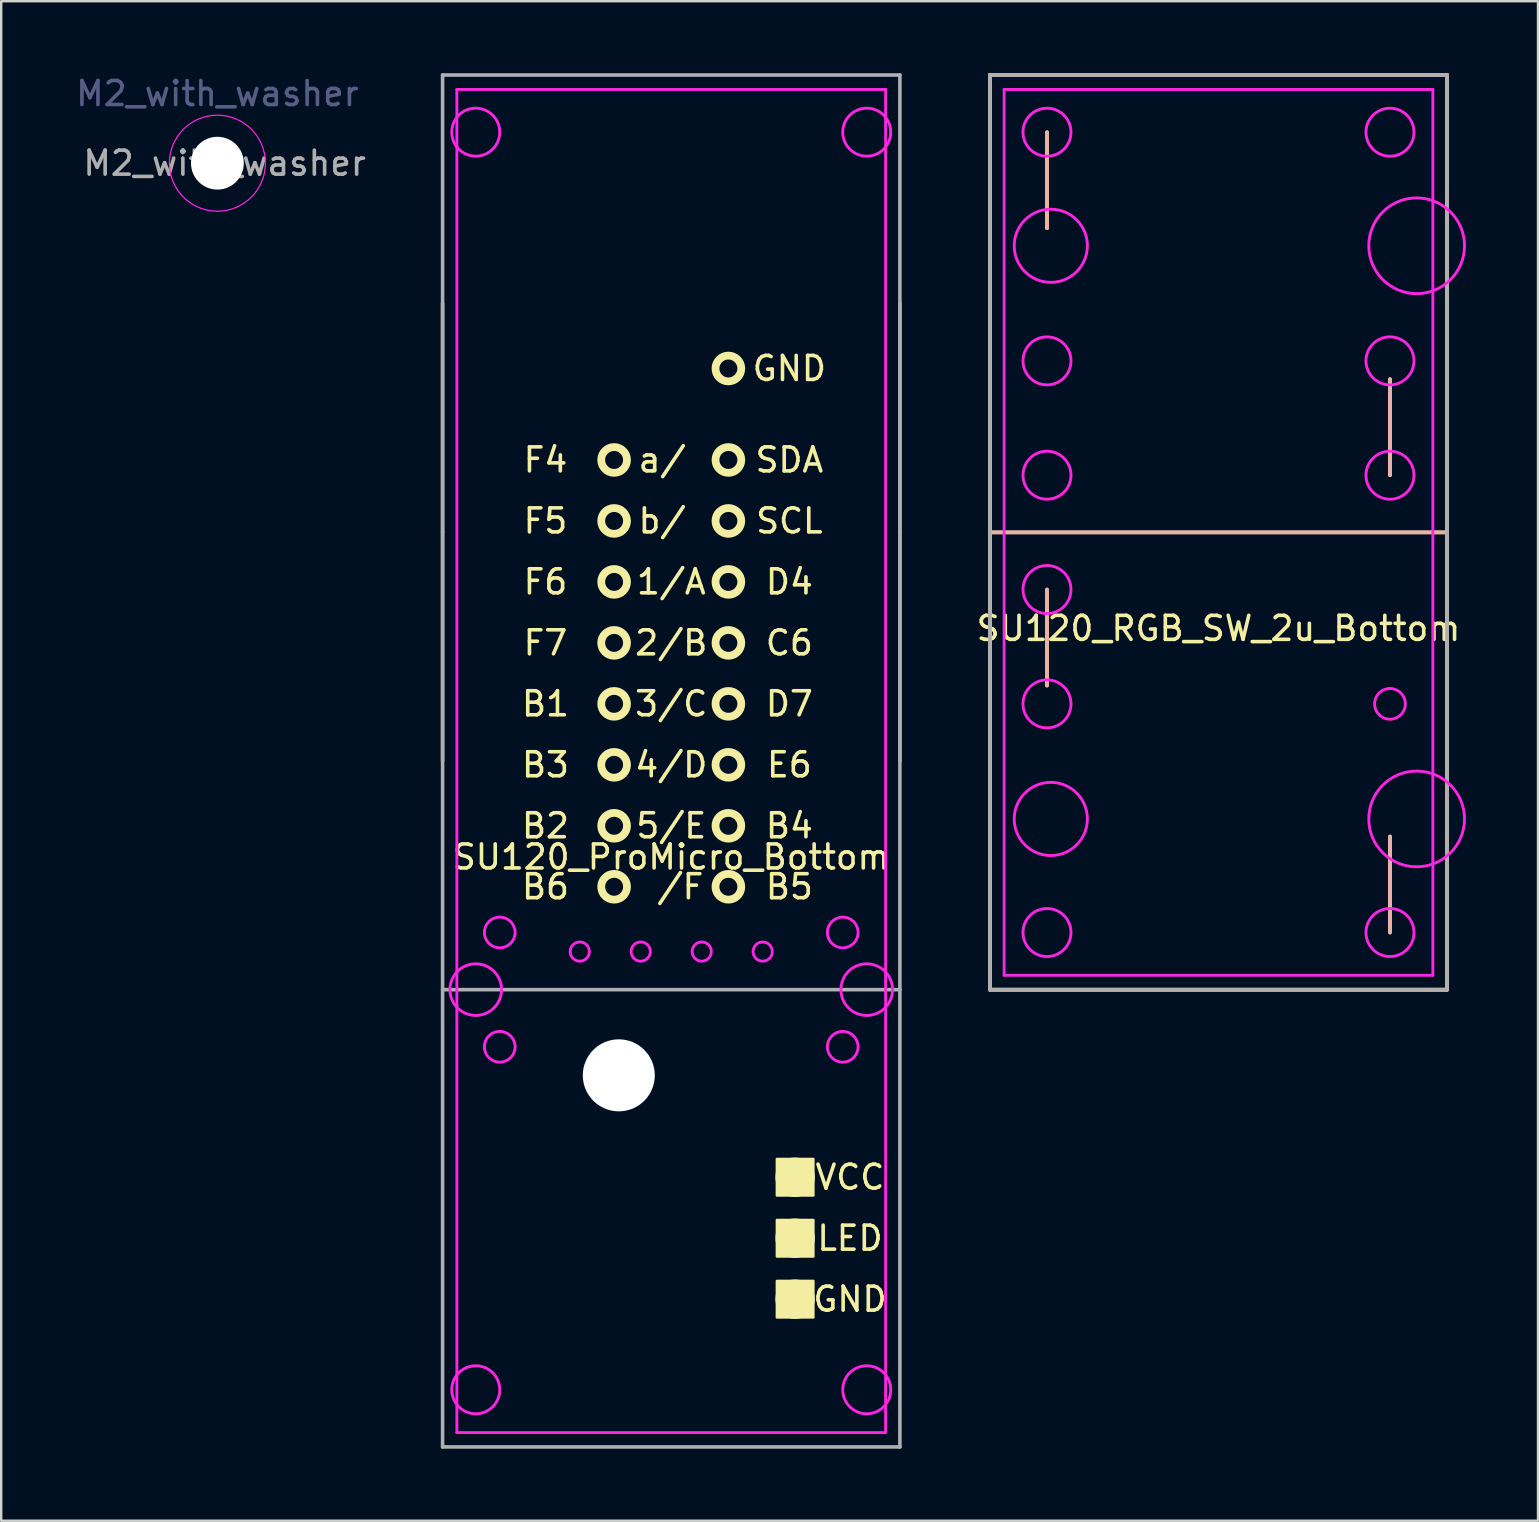
<source format=kicad_pcb>
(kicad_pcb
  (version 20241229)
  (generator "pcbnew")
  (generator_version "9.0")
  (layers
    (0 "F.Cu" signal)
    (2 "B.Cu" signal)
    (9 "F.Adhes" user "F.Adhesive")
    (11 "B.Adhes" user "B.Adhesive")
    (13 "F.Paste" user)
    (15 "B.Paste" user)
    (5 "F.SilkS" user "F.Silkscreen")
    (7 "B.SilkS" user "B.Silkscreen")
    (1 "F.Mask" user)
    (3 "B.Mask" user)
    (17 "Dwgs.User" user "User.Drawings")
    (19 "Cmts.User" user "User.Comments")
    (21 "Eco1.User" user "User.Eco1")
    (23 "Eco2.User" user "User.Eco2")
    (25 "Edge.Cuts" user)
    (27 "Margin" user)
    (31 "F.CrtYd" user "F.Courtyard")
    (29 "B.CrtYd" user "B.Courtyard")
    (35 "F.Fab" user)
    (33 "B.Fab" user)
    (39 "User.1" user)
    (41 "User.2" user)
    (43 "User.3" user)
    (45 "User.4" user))
  (footprint "SU120_ProMicro_Bottom"
    (layer "F.Cu")
    (at 24.912 28.65)
    (property "Reference" "SU120_ProMicro_Bottom" (at 0 4 0) (layer "F.SilkS") (effects (font (size 1 1) (thickness 0.15))))
    (attr through_hole)
    (fp_circle (center -2.38 -12.54) (end -1.843 -12.54) (stroke (width 0.325) (type solid)) (fill no) (layer "F.SilkS"))
    (fp_circle (center -2.38 -10) (end -1.843 -10) (stroke (width 0.325) (type solid)) (fill no) (layer "F.SilkS"))
    (fp_circle (center -2.38 -7.46) (end -1.843 -7.46) (stroke (width 0.325) (type solid)) (fill no) (layer "F.SilkS"))
    (fp_circle (center -2.38 -4.92) (end -1.843 -4.92) (stroke (width 0.325) (type solid)) (fill no) (layer "F.SilkS"))
    (fp_circle (center -2.38 -2.38) (end -1.843 -2.38) (stroke (width 0.325) (type solid)) (fill no) (layer "F.SilkS"))
    (fp_circle (center -2.38 0.16) (end -1.843 0.16) (stroke (width 0.325) (type solid)) (fill no) (layer "F.SilkS"))
    (fp_circle (center -2.38 2.7) (end -1.843 2.7) (stroke (width 0.325) (type solid)) (fill no) (layer "F.SilkS"))
    (fp_circle (center -2.38 5.24) (end -1.843 5.24) (stroke (width 0.325) (type solid)) (fill no) (layer "F.SilkS"))
    (fp_circle (center 2.38 -16.35) (end 2.917 -16.35) (stroke (width 0.325) (type solid)) (fill no) (layer "F.SilkS"))
    (fp_circle (center 2.38 -12.54) (end 2.917 -12.54) (stroke (width 0.325) (type solid)) (fill no) (layer "F.SilkS"))
    (fp_circle (center 2.38 -10) (end 2.917 -10) (stroke (width 0.325) (type solid)) (fill no) (layer "F.SilkS"))
    (fp_circle (center 2.38 -7.46) (end 2.917 -7.46) (stroke (width 0.325) (type solid)) (fill no) (layer "F.SilkS"))
    (fp_circle (center 2.38 -4.92) (end 2.917 -4.92) (stroke (width 0.325) (type solid)) (fill no) (layer "F.SilkS"))
    (fp_circle (center 2.38 -2.38) (end 2.917 -2.38) (stroke (width 0.325) (type solid)) (fill no) (layer "F.SilkS"))
    (fp_circle (center 2.38 0.16) (end 2.917 0.16) (stroke (width 0.325) (type solid)) (fill no) (layer "F.SilkS"))
    (fp_circle (center 2.38 2.7) (end 2.917 2.7) (stroke (width 0.325) (type solid)) (fill no) (layer "F.SilkS"))
    (fp_circle (center 2.38 5.24) (end 2.917 5.24) (stroke (width 0.325) (type solid)) (fill no) (layer "F.SilkS"))
    (fp_circle (center 5.16 17.34) (end 5.922 17.34) (stroke (width 0.12) (type solid)) (fill no) (layer "F.SilkS"))
    (fp_circle (center 5.16 19.88) (end 5.922 19.88) (stroke (width 0.12) (type solid)) (fill no) (layer "F.SilkS"))
    (fp_circle (center 5.16 22.42) (end 5.922 22.42) (stroke (width 0.12) (type solid)) (fill no) (layer "F.SilkS"))
    (fp_poly (pts (xy 5.922 18.102) (xy 4.398 18.102) (xy 4.398 16.578) (xy 5.922 16.578)) (stroke (width 0.1) (type solid)) (fill yes) (layer "F.SilkS"))
    (fp_poly (pts (xy 5.922 20.642) (xy 4.398 20.642) (xy 4.398 19.118) (xy 5.922 19.118)) (stroke (width 0.1) (type solid)) (fill yes) (layer "F.SilkS"))
    (fp_poly (pts (xy 5.922 23.182) (xy 4.398 23.182) (xy 4.398 21.658) (xy 5.922 21.658)) (stroke (width 0.1) (type solid)) (fill yes) (layer "F.SilkS"))
    (fp_line (start -8.93 -27.975) (end 8.93 -27.975) (stroke (width 0.12) (type solid)) (layer "F.CrtYd"))
    (fp_line (start -8.93 27.975) (end -8.93 -27.975) (stroke (width 0.12) (type solid)) (layer "F.CrtYd"))
    (fp_line (start 8.93 -27.975) (end 8.93 27.975) (stroke (width 0.12) (type solid)) (layer "F.CrtYd"))
    (fp_line (start 8.93 27.975) (end -8.93 27.975) (stroke (width 0.12) (type solid)) (layer "F.CrtYd"))
    (fp_circle (center -8.144 -26.194) (end -7.144 -26.194) (stroke (width 0.12) (type solid)) (fill no) (layer "F.CrtYd"))
    (fp_circle (center -8.144 9.525) (end -7.069 9.525) (stroke (width 0.12) (type solid)) (fill no) (layer "F.CrtYd"))
    (fp_circle (center -8.144 26.194) (end -7.144 26.194) (stroke (width 0.12) (type solid)) (fill no) (layer "F.CrtYd"))
    (fp_circle (center -7.144 7.144) (end -6.504 7.144) (stroke (width 0.12) (type solid)) (fill no) (layer "F.CrtYd"))
    (fp_circle (center -7.144 11.906) (end -6.504 11.906) (stroke (width 0.12) (type solid)) (fill no) (layer "F.CrtYd"))
    (fp_circle (center -3.81 7.94) (end -3.41 7.94) (stroke (width 0.12) (type solid)) (fill no) (layer "F.CrtYd"))
    (fp_circle (center -1.27 7.94) (end -0.87 7.94) (stroke (width 0.12) (type solid)) (fill no) (layer "F.CrtYd"))
    (fp_circle (center 1.27 7.94) (end 1.67 7.94) (stroke (width 0.12) (type solid)) (fill no) (layer "F.CrtYd"))
    (fp_circle (center 3.81 7.94) (end 4.21 7.94) (stroke (width 0.12) (type solid)) (fill no) (layer "F.CrtYd"))
    (fp_circle (center 7.144 7.144) (end 7.784 7.144) (stroke (width 0.12) (type solid)) (fill no) (layer "F.CrtYd"))
    (fp_circle (center 7.144 11.906) (end 7.784 11.906) (stroke (width 0.12) (type solid)) (fill no) (layer "F.CrtYd"))
    (fp_circle (center 8.144 -26.194) (end 9.144 -26.194) (stroke (width 0.12) (type solid)) (fill no) (layer "F.CrtYd"))
    (fp_circle (center 8.144 9.525) (end 9.219 9.525) (stroke (width 0.12) (type solid)) (fill no) (layer "F.CrtYd"))
    (fp_circle (center 8.144 26.194) (end 9.144 26.194) (stroke (width 0.12) (type solid)) (fill no) (layer "F.CrtYd"))
    (fp_line (start -9.525 -28.575) (end -9.525 -9.525) (stroke (width 0.15) (type solid)) (layer "F.Fab"))
    (fp_line (start -9.525 -19.05) (end -9.525 0) (stroke (width 0.15) (type solid)) (layer "F.Fab"))
    (fp_line (start -9.525 -9.525) (end -9.525 28.575) (stroke (width 0.15) (type solid)) (layer "F.Fab"))
    (fp_line (start -9.525 9.525) (end 9.525 9.525) (stroke (width 0.15) (type solid)) (layer "F.Fab"))
    (fp_line (start -9.525 28.575) (end 9.525 28.575) (stroke (width 0.15) (type solid)) (layer "F.Fab"))
    (fp_line (start 9.525 -28.575) (end -9.525 -28.575) (stroke (width 0.15) (type solid)) (layer "F.Fab"))
    (fp_line (start 9.525 -9.525) (end 9.525 -28.575) (stroke (width 0.15) (type solid)) (layer "F.Fab"))
    (fp_line (start 9.525 0) (end 9.525 -19.05) (stroke (width 0.15) (type solid)) (layer "F.Fab"))
    (fp_line (start 9.525 28.575) (end 9.525 -9.525) (stroke (width 0.15) (type solid)) (layer "F.Fab"))
    (fp_text user "4/D" (at 0 0.16 0) (layer "F.SilkS") (effects (font (size 1 1) (thickness 0.15))))
    (fp_text user "B3" (at -5.24 0.16 0) (layer "F.SilkS") (effects (font (size 1 1) (thickness 0.15))))
    (fp_text user "B5" (at 4.92 5.24 0) (layer "F.SilkS") (effects (font (size 1 1) (thickness 0.15))))
    (fp_text user "B4" (at 4.92 2.7 0) (layer "F.SilkS") (effects (font (size 1 1) (thickness 0.15))))
    (fp_text user "B6" (at -5.24 5.24 0) (layer "F.SilkS") (effects (font (size 1 1) (thickness 0.15))))
    (fp_text user "F6" (at -5.24 -7.46 0) (layer "F.SilkS") (effects (font (size 1 1) (thickness 0.15))))
    (fp_text user "B2" (at -5.24 2.7 0) (layer "F.SilkS") (effects (font (size 1 1) (thickness 0.15))))
    (fp_text user "C6" (at 4.92 -4.92 0) (layer "F.SilkS") (effects (font (size 1 1) (thickness 0.15))))
    (fp_text user "b/ " (at 0 -10 0) (layer "F.SilkS") (effects (font (size 1 1) (thickness 0.15))))
    (fp_text user "E6" (at 4.92 0.16 0) (layer "F.SilkS") (effects (font (size 1 1) (thickness 0.15))))
    (fp_text user "GND" (at 4.92 -16.35 0) (layer "F.SilkS") (effects (font (size 1 1) (thickness 0.15))))
    (fp_text user "5/E" (at 0 2.7 0) (layer "F.SilkS") (effects (font (size 1 1) (thickness 0.15))))
    (fp_text user "F5" (at -5.24 -10 0) (layer "F.SilkS") (effects (font (size 1 1) (thickness 0.15))))
    (fp_text user "B1" (at -5.24 -2.38 0) (layer "F.SilkS") (effects (font (size 1 1) (thickness 0.15))))
    (fp_text user "SDA" (at 4.92 -12.54 0) (layer "F.SilkS") (effects (font (size 1 1) (thickness 0.15))))
    (fp_text user "D4" (at 4.92 -7.46 0) (layer "F.SilkS") (effects (font (size 1 1) (thickness 0.15))))
    (fp_text user "LED" (at 7.446 19.88 0) (layer "F.SilkS") (effects (font (size 1 1) (thickness 0.15))))
    (fp_text user "SCL" (at 4.92 -10 0) (layer "F.SilkS") (effects (font (size 1 1) (thickness 0.15))))
    (fp_text user "VCC" (at 7.446 17.34 0) (layer "F.SilkS") (effects (font (size 1 1) (thickness 0.15))))
    (fp_text user "F7" (at -5.24 -4.92 0) (layer "F.SilkS") (effects (font (size 1 1) (thickness 0.15))))
    (fp_text user "a/ " (at 0 -12.54 0) (layer "F.SilkS") (effects (font (size 1 1) (thickness 0.15))))
    (fp_text user "GND" (at 7.446 22.42 0) (layer "F.SilkS") (effects (font (size 1 1) (thickness 0.15))))
    (fp_text user "D7" (at 4.92 -2.38 0) (layer "F.SilkS") (effects (font (size 1 1) (thickness 0.15))))
    (fp_text user "2/B" (at 0 -4.92 0) (layer "F.SilkS") (effects (font (size 1 1) (thickness 0.15))))
    (fp_text user "3/C" (at 0 -2.38 0) (layer "F.SilkS") (effects (font (size 1 1) (thickness 0.15))))
    (fp_text user " /F" (at 0 5.24 0) (layer "F.SilkS") (effects (font (size 1 1) (thickness 0.15))))
    (fp_text user "F4" (at -5.24 -12.54 0) (layer "F.SilkS") (effects (font (size 1 1) (thickness 0.15))))
    (fp_text user "1/A" (at 0 -7.46 0) (layer "F.SilkS") (effects (font (size 1 1) (thickness 0.15))))
    (pad "" np_thru_hole circle (at -2.185 13.095) (size 3 3) (drill 3) (layers "*.Cu" "*.Mask")))
  (footprint "M2_with_washer"
    (layer "F.Cu")
    (at 6.006 3.748)
    (property "Reference" "M2_with_washer" (at 0 -2.9 0) (layer "B.Fab") (effects (font (size 1 1) (thickness 0.15))))
    (attr exclude_from_pos_files exclude_from_bom)
    (fp_circle (center 0 0) (end 2 0) (stroke (width 0.05) (type solid)) (fill no) (layer "F.CrtYd"))
    (fp_text user "${REFERENCE}" (at 0.3 0 0) (layer "F.Fab") (effects (font (size 1 1) (thickness 0.15))))
    (pad "" np_thru_hole circle (at 0 0) (size 2.2 2.2) (drill 2.2) (layers "*.Cu" "*.Mask")))
  (footprint "SU120_RGB_SW_2u_Bottom"
    (layer "F.Cu")
    (at 47.708 19.127)
    (property "Reference" "SU120_RGB_SW_2u_Bottom" (at 0 4 0) (layer "F.SilkS") (effects (font (size 1 1) (thickness 0.15))))
    (attr through_hole)
    (fp_line (start -9.525 -19.05) (end 9.525 -19.05) (stroke (width 0.153) (type solid)) (layer "F.SilkS"))
    (fp_line (start -9.525 0) (end 9.525 0) (stroke (width 0.153) (type solid)) (layer "F.SilkS"))
    (fp_line (start -9.525 19.05) (end -9.525 -19.05) (stroke (width 0.153) (type solid)) (layer "F.SilkS"))
    (fp_line (start -7.144 -16.669) (end -7.144 -12.669) (stroke (width 0.153) (type solid)) (layer "F.SilkS"))
    (fp_line (start -7.144 2.381) (end -7.144 6.381) (stroke (width 0.153) (type solid)) (layer "F.SilkS"))
    (fp_line (start 7.144 -2.381) (end 7.144 -6.381) (stroke (width 0.153) (type solid)) (layer "F.SilkS"))
    (fp_line (start 7.144 16.669) (end 7.144 12.669) (stroke (width 0.153) (type solid)) (layer "F.SilkS"))
    (fp_line (start 9.525 -19.05) (end 9.525 19.05) (stroke (width 0.153) (type solid)) (layer "F.SilkS"))
    (fp_line (start 9.525 19.05) (end -9.525 19.05) (stroke (width 0.153) (type solid)) (layer "F.SilkS"))
    (fp_line (start -9.525 -19.05) (end 9.525 -19.05) (stroke (width 0.153) (type solid)) (layer "B.SilkS"))
    (fp_line (start -9.525 0) (end 9.525 0) (stroke (width 0.153) (type solid)) (layer "B.SilkS"))
    (fp_line (start -9.525 19.05) (end -9.525 -19.05) (stroke (width 0.153) (type solid)) (layer "B.SilkS"))
    (fp_line (start -7.144 -16.669) (end -7.144 -12.669) (stroke (width 0.153) (type solid)) (layer "B.SilkS"))
    (fp_line (start -7.144 2.381) (end -7.144 6.381) (stroke (width 0.153) (type solid)) (layer "B.SilkS"))
    (fp_line (start 7.144 -2.381) (end 7.144 -6.381) (stroke (width 0.153) (type solid)) (layer "B.SilkS"))
    (fp_line (start 7.144 16.669) (end 7.144 12.669) (stroke (width 0.153) (type solid)) (layer "B.SilkS"))
    (fp_line (start 9.525 -19.05) (end 9.525 19.05) (stroke (width 0.153) (type solid)) (layer "B.SilkS"))
    (fp_line (start 9.525 19.05) (end -9.525 19.05) (stroke (width 0.153) (type solid)) (layer "B.SilkS"))
    (fp_line (start -8.93 -18.45) (end 8.93 -18.45) (stroke (width 0.12) (type solid)) (layer "F.CrtYd"))
    (fp_line (start -8.93 18.45) (end -8.93 -18.45) (stroke (width 0.12) (type solid)) (layer "F.CrtYd"))
    (fp_line (start 8.93 -18.45) (end 8.93 18.45) (stroke (width 0.12) (type solid)) (layer "F.CrtYd"))
    (fp_line (start 8.93 18.45) (end -8.93 18.45) (stroke (width 0.12) (type solid)) (layer "F.CrtYd"))
    (fp_circle (center -7.144 -16.669) (end -6.144 -16.669) (stroke (width 0.12) (type solid)) (fill no) (layer "F.CrtYd"))
    (fp_circle (center -7.144 -7.144) (end -6.144 -7.144) (stroke (width 0.12) (type solid)) (fill no) (layer "F.CrtYd"))
    (fp_circle (center -7.144 -2.381) (end -6.144 -2.381) (stroke (width 0.12) (type solid)) (fill no) (layer "F.CrtYd"))
    (fp_circle (center -7.144 2.381) (end -6.144 2.381) (stroke (width 0.12) (type solid)) (fill no) (layer "F.CrtYd"))
    (fp_circle (center -7.144 7.144) (end -6.144 7.144) (stroke (width 0.12) (type solid)) (fill no) (layer "F.CrtYd"))
    (fp_circle (center -7.144 16.669) (end -6.144 16.669) (stroke (width 0.12) (type solid)) (fill no) (layer "F.CrtYd"))
    (fp_circle (center -6.985 -11.938) (end -5.461 -11.938) (stroke (width 0.12) (type solid)) (fill no) (layer "F.CrtYd"))
    (fp_circle (center -6.985 11.938) (end -5.461 11.938) (stroke (width 0.12) (type solid)) (fill no) (layer "F.CrtYd"))
    (fp_circle (center 7.144 -16.669) (end 8.144 -16.669) (stroke (width 0.12) (type solid)) (fill no) (layer "F.CrtYd"))
    (fp_circle (center 7.144 -7.144) (end 8.144 -7.144) (stroke (width 0.12) (type solid)) (fill no) (layer "F.CrtYd"))
    (fp_circle (center 7.144 -2.381) (end 8.144 -2.381) (stroke (width 0.12) (type solid)) (fill no) (layer "F.CrtYd"))
    (fp_circle (center 7.144 7.144) (end 7.784 7.144) (stroke (width 0.12) (type solid)) (fill no) (layer "F.CrtYd"))
    (fp_circle (center 7.144 16.669) (end 8.144 16.669) (stroke (width 0.12) (type solid)) (fill no) (layer "F.CrtYd"))
    (fp_circle (center 8.255 -11.938) (end 10.249 -11.938) (stroke (width 0.12) (type solid)) (fill no) (layer "F.CrtYd"))
    (fp_circle (center 8.255 11.938) (end 10.249 11.938) (stroke (width 0.12) (type solid)) (fill no) (layer "F.CrtYd"))
    (fp_line (start -9.525 -19.05) (end -9.525 19.05) (stroke (width 0.15) (type solid)) (layer "F.Fab"))
    (fp_line (start -9.525 19.05) (end 9.525 19.05) (stroke (width 0.15) (type solid)) (layer "F.Fab"))
    (fp_line (start 9.525 -19.05) (end -9.525 -19.05) (stroke (width 0.15) (type solid)) (layer "F.Fab"))
    (fp_line (start 9.525 19.05) (end 9.525 -19.05) (stroke (width 0.15) (type solid)) (layer "F.Fab")))
  (gr_rect
    (start -3 -3)
    (end 61.017 60.3)
    (stroke (width 0.1) (type default))
    (fill no)
    (layer "Edge.Cuts")))
</source>
